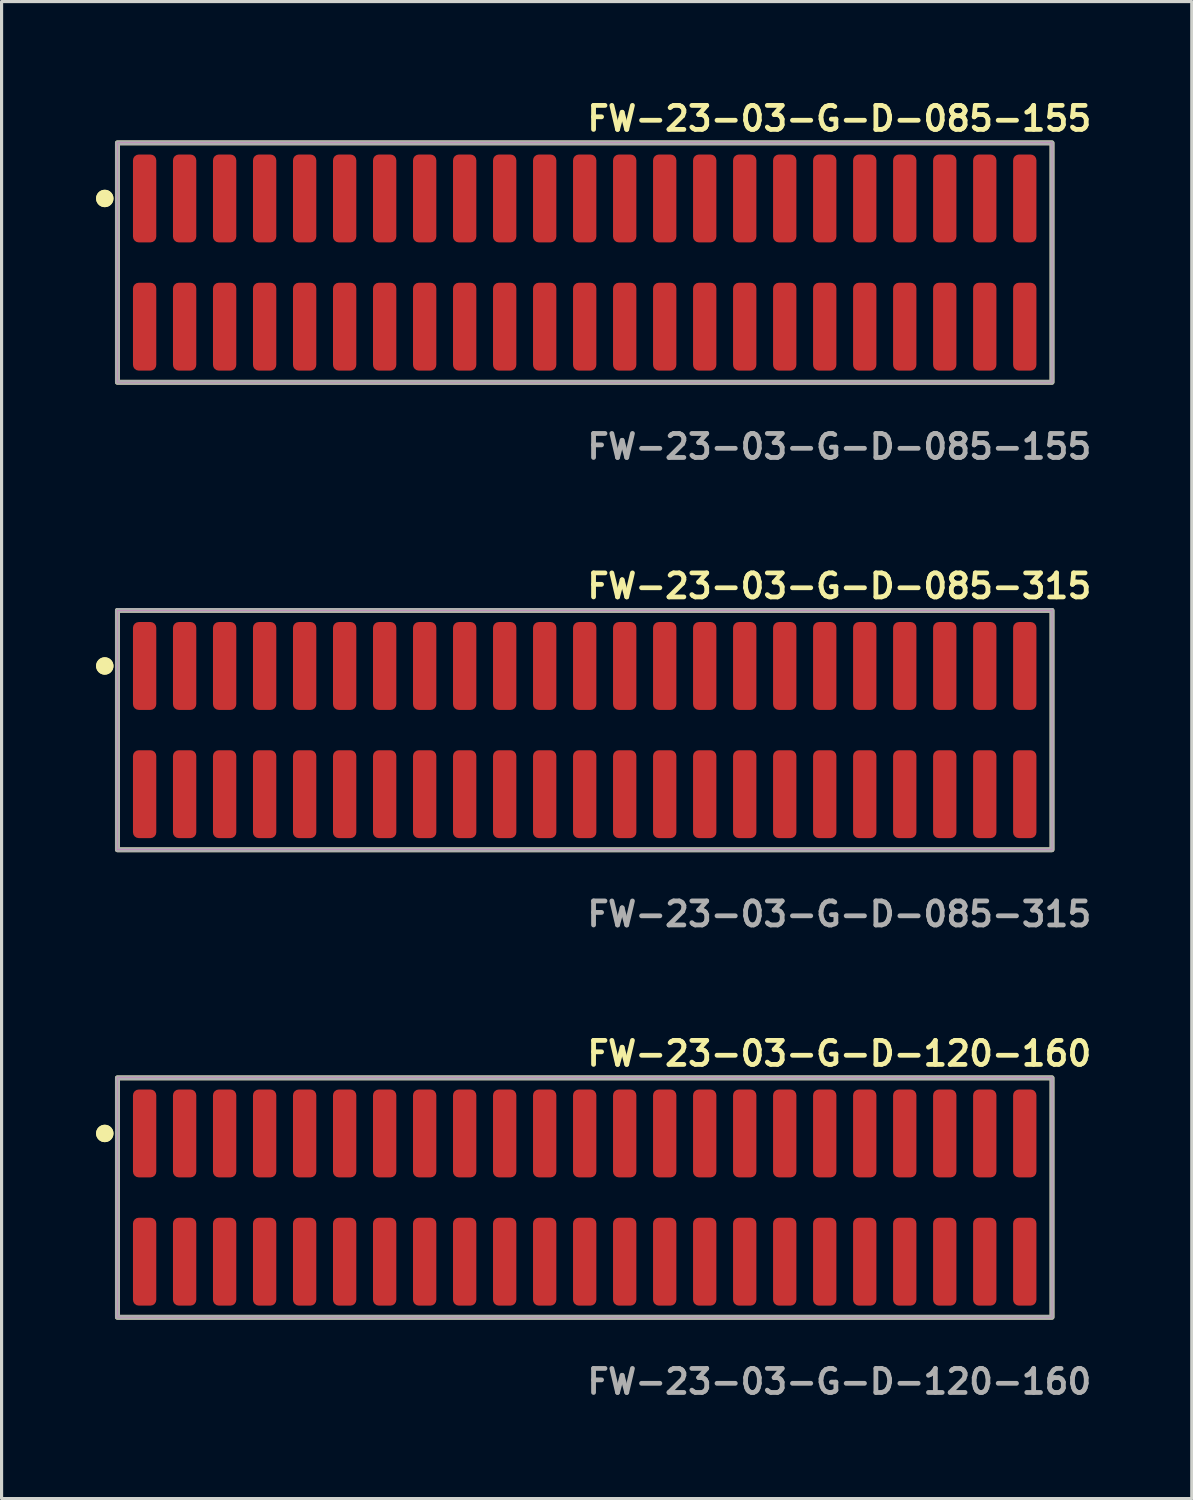
<source format=kicad_pcb>
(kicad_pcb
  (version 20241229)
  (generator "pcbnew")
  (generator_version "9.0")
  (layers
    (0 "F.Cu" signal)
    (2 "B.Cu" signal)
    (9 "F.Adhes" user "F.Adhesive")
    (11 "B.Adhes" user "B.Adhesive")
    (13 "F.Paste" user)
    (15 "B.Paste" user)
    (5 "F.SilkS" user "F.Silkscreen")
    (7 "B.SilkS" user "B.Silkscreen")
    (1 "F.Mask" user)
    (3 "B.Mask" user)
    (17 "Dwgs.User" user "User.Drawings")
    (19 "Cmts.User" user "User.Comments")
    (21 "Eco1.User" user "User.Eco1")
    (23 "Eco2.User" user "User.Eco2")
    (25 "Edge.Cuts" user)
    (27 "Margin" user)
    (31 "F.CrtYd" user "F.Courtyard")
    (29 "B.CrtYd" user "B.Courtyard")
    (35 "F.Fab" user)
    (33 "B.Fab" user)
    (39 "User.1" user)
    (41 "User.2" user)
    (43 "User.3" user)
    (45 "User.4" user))
  (footprint "FW-23-03-G-D-085-315"
    (layer "F.Cu")
    (at 15.511 20.126)
    (property "Reference" "FW-23-03-G-D-085-315" (at 0 -4.572 0) (unlocked yes) (layer "F.SilkS") (effects (font (size 0.762 0.762) (thickness 0.152)) (justify left)))
    (fp_rect (start -14.835 3.8) (end 14.835 -3.8) (stroke (width 0.152) (type solid)) (fill no) (layer "F.SilkS"))
    (fp_circle (center -15.235 -2.035) (end -15.435 -2.035) (stroke (width 0.152) (type solid)) (fill yes) (layer "F.SilkS"))
    (fp_circle (center -15.235 -2.035) (end -15.435 -2.035) (stroke (width 0.152) (type solid)) (fill yes) (layer "F.SilkS"))
    (fp_rect (start -14.835 3.8) (end 14.835 -3.8) (stroke (width 0.006) (type solid)) (fill no) (layer "F.CrtYd"))
    (fp_rect (start -14.835 3.8) (end 14.835 -3.8) (stroke (width 0.152) (type solid)) (fill no) (layer "F.Fab"))
    (fp_text user "${REFERENCE}" (at 0 5.842 0) (unlocked yes) (layer "F.Fab") (effects (font (size 0.762 0.762) (thickness 0.152)) (justify left)))
    (pad "1" smd roundrect (at -13.97 -2.035) (size 0.74 2.79) (layers "F.Cu" "F.Paste") (roundrect_rratio 0.25))
    (pad "2" smd roundrect (at -13.97 2.035) (size 0.74 2.79) (layers "F.Cu" "F.Paste") (roundrect_rratio 0.25))
    (pad "3" smd roundrect (at -12.7 -2.035) (size 0.74 2.79) (layers "F.Cu" "F.Paste") (roundrect_rratio 0.25))
    (pad "4" smd roundrect (at -12.7 2.035) (size 0.74 2.79) (layers "F.Cu" "F.Paste") (roundrect_rratio 0.25))
    (pad "5" smd roundrect (at -11.43 -2.035) (size 0.74 2.79) (layers "F.Cu" "F.Paste") (roundrect_rratio 0.25))
    (pad "6" smd roundrect (at -11.43 2.035) (size 0.74 2.79) (layers "F.Cu" "F.Paste") (roundrect_rratio 0.25))
    (pad "7" smd roundrect (at -10.16 -2.035) (size 0.74 2.79) (layers "F.Cu" "F.Paste") (roundrect_rratio 0.25))
    (pad "8" smd roundrect (at -10.16 2.035) (size 0.74 2.79) (layers "F.Cu" "F.Paste") (roundrect_rratio 0.25))
    (pad "9" smd roundrect (at -8.89 -2.035) (size 0.74 2.79) (layers "F.Cu" "F.Paste") (roundrect_rratio 0.25))
    (pad "10" smd roundrect (at -8.89 2.035) (size 0.74 2.79) (layers "F.Cu" "F.Paste") (roundrect_rratio 0.25))
    (pad "11" smd roundrect (at -7.62 -2.035) (size 0.74 2.79) (layers "F.Cu" "F.Paste") (roundrect_rratio 0.25))
    (pad "12" smd roundrect (at -7.62 2.035) (size 0.74 2.79) (layers "F.Cu" "F.Paste") (roundrect_rratio 0.25))
    (pad "13" smd roundrect (at -6.35 -2.035) (size 0.74 2.79) (layers "F.Cu" "F.Paste") (roundrect_rratio 0.25))
    (pad "14" smd roundrect (at -6.35 2.035) (size 0.74 2.79) (layers "F.Cu" "F.Paste") (roundrect_rratio 0.25))
    (pad "15" smd roundrect (at -5.08 -2.035) (size 0.74 2.79) (layers "F.Cu" "F.Paste") (roundrect_rratio 0.25))
    (pad "16" smd roundrect (at -5.08 2.035) (size 0.74 2.79) (layers "F.Cu" "F.Paste") (roundrect_rratio 0.25))
    (pad "17" smd roundrect (at -3.81 -2.035) (size 0.74 2.79) (layers "F.Cu" "F.Paste") (roundrect_rratio 0.25))
    (pad "18" smd roundrect (at -3.81 2.035) (size 0.74 2.79) (layers "F.Cu" "F.Paste") (roundrect_rratio 0.25))
    (pad "19" smd roundrect (at -2.54 -2.035) (size 0.74 2.79) (layers "F.Cu" "F.Paste") (roundrect_rratio 0.25))
    (pad "20" smd roundrect (at -2.54 2.035) (size 0.74 2.79) (layers "F.Cu" "F.Paste") (roundrect_rratio 0.25))
    (pad "21" smd roundrect (at -1.27 -2.035) (size 0.74 2.79) (layers "F.Cu" "F.Paste") (roundrect_rratio 0.25))
    (pad "22" smd roundrect (at -1.27 2.035) (size 0.74 2.79) (layers "F.Cu" "F.Paste") (roundrect_rratio 0.25))
    (pad "23" smd roundrect (at 0 -2.035) (size 0.74 2.79) (layers "F.Cu" "F.Paste") (roundrect_rratio 0.25))
    (pad "24" smd roundrect (at 0 2.035) (size 0.74 2.79) (layers "F.Cu" "F.Paste") (roundrect_rratio 0.25))
    (pad "25" smd roundrect (at 1.27 -2.035) (size 0.74 2.79) (layers "F.Cu" "F.Paste") (roundrect_rratio 0.25))
    (pad "26" smd roundrect (at 1.27 2.035) (size 0.74 2.79) (layers "F.Cu" "F.Paste") (roundrect_rratio 0.25))
    (pad "27" smd roundrect (at 2.54 -2.035) (size 0.74 2.79) (layers "F.Cu" "F.Paste") (roundrect_rratio 0.25))
    (pad "28" smd roundrect (at 2.54 2.035) (size 0.74 2.79) (layers "F.Cu" "F.Paste") (roundrect_rratio 0.25))
    (pad "29" smd roundrect (at 3.81 -2.035) (size 0.74 2.79) (layers "F.Cu" "F.Paste") (roundrect_rratio 0.25))
    (pad "30" smd roundrect (at 3.81 2.035) (size 0.74 2.79) (layers "F.Cu" "F.Paste") (roundrect_rratio 0.25))
    (pad "31" smd roundrect (at 5.08 -2.035) (size 0.74 2.79) (layers "F.Cu" "F.Paste") (roundrect_rratio 0.25))
    (pad "32" smd roundrect (at 5.08 2.035) (size 0.74 2.79) (layers "F.Cu" "F.Paste") (roundrect_rratio 0.25))
    (pad "33" smd roundrect (at 6.35 -2.035) (size 0.74 2.79) (layers "F.Cu" "F.Paste") (roundrect_rratio 0.25))
    (pad "34" smd roundrect (at 6.35 2.035) (size 0.74 2.79) (layers "F.Cu" "F.Paste") (roundrect_rratio 0.25))
    (pad "35" smd roundrect (at 7.62 -2.035) (size 0.74 2.79) (layers "F.Cu" "F.Paste") (roundrect_rratio 0.25))
    (pad "36" smd roundrect (at 7.62 2.035) (size 0.74 2.79) (layers "F.Cu" "F.Paste") (roundrect_rratio 0.25))
    (pad "37" smd roundrect (at 8.89 -2.035) (size 0.74 2.79) (layers "F.Cu" "F.Paste") (roundrect_rratio 0.25))
    (pad "38" smd roundrect (at 8.89 2.035) (size 0.74 2.79) (layers "F.Cu" "F.Paste") (roundrect_rratio 0.25))
    (pad "39" smd roundrect (at 10.16 -2.035) (size 0.74 2.79) (layers "F.Cu" "F.Paste") (roundrect_rratio 0.25))
    (pad "40" smd roundrect (at 10.16 2.035) (size 0.74 2.79) (layers "F.Cu" "F.Paste") (roundrect_rratio 0.25))
    (pad "41" smd roundrect (at 11.43 -2.035) (size 0.74 2.79) (layers "F.Cu" "F.Paste") (roundrect_rratio 0.25))
    (pad "42" smd roundrect (at 11.43 2.035) (size 0.74 2.79) (layers "F.Cu" "F.Paste") (roundrect_rratio 0.25))
    (pad "43" smd roundrect (at 12.7 -2.035) (size 0.74 2.79) (layers "F.Cu" "F.Paste") (roundrect_rratio 0.25))
    (pad "44" smd roundrect (at 12.7 2.035) (size 0.74 2.79) (layers "F.Cu" "F.Paste") (roundrect_rratio 0.25))
    (pad "45" smd roundrect (at 13.97 -2.035) (size 0.74 2.79) (layers "F.Cu" "F.Paste") (roundrect_rratio 0.25))
    (pad "46" smd roundrect (at 13.97 2.035) (size 0.74 2.79) (layers "F.Cu" "F.Paste") (roundrect_rratio 0.25)))
  (footprint "FW-23-03-G-D-120-160"
    (layer "F.Cu")
    (at 15.511 34.966)
    (property "Reference" "FW-23-03-G-D-120-160" (at 0 -4.572 0) (unlocked yes) (layer "F.SilkS") (effects (font (size 0.762 0.762) (thickness 0.152)) (justify left)))
    (fp_rect (start -14.835 3.8) (end 14.835 -3.8) (stroke (width 0.152) (type solid)) (fill no) (layer "F.SilkS"))
    (fp_circle (center -15.235 -2.035) (end -15.435 -2.035) (stroke (width 0.152) (type solid)) (fill yes) (layer "F.SilkS"))
    (fp_circle (center -15.235 -2.035) (end -15.435 -2.035) (stroke (width 0.152) (type solid)) (fill yes) (layer "F.SilkS"))
    (fp_rect (start -14.835 3.8) (end 14.835 -3.8) (stroke (width 0.006) (type solid)) (fill no) (layer "F.CrtYd"))
    (fp_rect (start -14.835 3.8) (end 14.835 -3.8) (stroke (width 0.152) (type solid)) (fill no) (layer "F.Fab"))
    (fp_text user "${REFERENCE}" (at 0 5.842 0) (unlocked yes) (layer "F.Fab") (effects (font (size 0.762 0.762) (thickness 0.152)) (justify left)))
    (pad "1" smd roundrect (at -13.97 -2.035) (size 0.74 2.79) (layers "F.Cu" "F.Paste") (roundrect_rratio 0.25))
    (pad "2" smd roundrect (at -13.97 2.035) (size 0.74 2.79) (layers "F.Cu" "F.Paste") (roundrect_rratio 0.25))
    (pad "3" smd roundrect (at -12.7 -2.035) (size 0.74 2.79) (layers "F.Cu" "F.Paste") (roundrect_rratio 0.25))
    (pad "4" smd roundrect (at -12.7 2.035) (size 0.74 2.79) (layers "F.Cu" "F.Paste") (roundrect_rratio 0.25))
    (pad "5" smd roundrect (at -11.43 -2.035) (size 0.74 2.79) (layers "F.Cu" "F.Paste") (roundrect_rratio 0.25))
    (pad "6" smd roundrect (at -11.43 2.035) (size 0.74 2.79) (layers "F.Cu" "F.Paste") (roundrect_rratio 0.25))
    (pad "7" smd roundrect (at -10.16 -2.035) (size 0.74 2.79) (layers "F.Cu" "F.Paste") (roundrect_rratio 0.25))
    (pad "8" smd roundrect (at -10.16 2.035) (size 0.74 2.79) (layers "F.Cu" "F.Paste") (roundrect_rratio 0.25))
    (pad "9" smd roundrect (at -8.89 -2.035) (size 0.74 2.79) (layers "F.Cu" "F.Paste") (roundrect_rratio 0.25))
    (pad "10" smd roundrect (at -8.89 2.035) (size 0.74 2.79) (layers "F.Cu" "F.Paste") (roundrect_rratio 0.25))
    (pad "11" smd roundrect (at -7.62 -2.035) (size 0.74 2.79) (layers "F.Cu" "F.Paste") (roundrect_rratio 0.25))
    (pad "12" smd roundrect (at -7.62 2.035) (size 0.74 2.79) (layers "F.Cu" "F.Paste") (roundrect_rratio 0.25))
    (pad "13" smd roundrect (at -6.35 -2.035) (size 0.74 2.79) (layers "F.Cu" "F.Paste") (roundrect_rratio 0.25))
    (pad "14" smd roundrect (at -6.35 2.035) (size 0.74 2.79) (layers "F.Cu" "F.Paste") (roundrect_rratio 0.25))
    (pad "15" smd roundrect (at -5.08 -2.035) (size 0.74 2.79) (layers "F.Cu" "F.Paste") (roundrect_rratio 0.25))
    (pad "16" smd roundrect (at -5.08 2.035) (size 0.74 2.79) (layers "F.Cu" "F.Paste") (roundrect_rratio 0.25))
    (pad "17" smd roundrect (at -3.81 -2.035) (size 0.74 2.79) (layers "F.Cu" "F.Paste") (roundrect_rratio 0.25))
    (pad "18" smd roundrect (at -3.81 2.035) (size 0.74 2.79) (layers "F.Cu" "F.Paste") (roundrect_rratio 0.25))
    (pad "19" smd roundrect (at -2.54 -2.035) (size 0.74 2.79) (layers "F.Cu" "F.Paste") (roundrect_rratio 0.25))
    (pad "20" smd roundrect (at -2.54 2.035) (size 0.74 2.79) (layers "F.Cu" "F.Paste") (roundrect_rratio 0.25))
    (pad "21" smd roundrect (at -1.27 -2.035) (size 0.74 2.79) (layers "F.Cu" "F.Paste") (roundrect_rratio 0.25))
    (pad "22" smd roundrect (at -1.27 2.035) (size 0.74 2.79) (layers "F.Cu" "F.Paste") (roundrect_rratio 0.25))
    (pad "23" smd roundrect (at 0 -2.035) (size 0.74 2.79) (layers "F.Cu" "F.Paste") (roundrect_rratio 0.25))
    (pad "24" smd roundrect (at 0 2.035) (size 0.74 2.79) (layers "F.Cu" "F.Paste") (roundrect_rratio 0.25))
    (pad "25" smd roundrect (at 1.27 -2.035) (size 0.74 2.79) (layers "F.Cu" "F.Paste") (roundrect_rratio 0.25))
    (pad "26" smd roundrect (at 1.27 2.035) (size 0.74 2.79) (layers "F.Cu" "F.Paste") (roundrect_rratio 0.25))
    (pad "27" smd roundrect (at 2.54 -2.035) (size 0.74 2.79) (layers "F.Cu" "F.Paste") (roundrect_rratio 0.25))
    (pad "28" smd roundrect (at 2.54 2.035) (size 0.74 2.79) (layers "F.Cu" "F.Paste") (roundrect_rratio 0.25))
    (pad "29" smd roundrect (at 3.81 -2.035) (size 0.74 2.79) (layers "F.Cu" "F.Paste") (roundrect_rratio 0.25))
    (pad "30" smd roundrect (at 3.81 2.035) (size 0.74 2.79) (layers "F.Cu" "F.Paste") (roundrect_rratio 0.25))
    (pad "31" smd roundrect (at 5.08 -2.035) (size 0.74 2.79) (layers "F.Cu" "F.Paste") (roundrect_rratio 0.25))
    (pad "32" smd roundrect (at 5.08 2.035) (size 0.74 2.79) (layers "F.Cu" "F.Paste") (roundrect_rratio 0.25))
    (pad "33" smd roundrect (at 6.35 -2.035) (size 0.74 2.79) (layers "F.Cu" "F.Paste") (roundrect_rratio 0.25))
    (pad "34" smd roundrect (at 6.35 2.035) (size 0.74 2.79) (layers "F.Cu" "F.Paste") (roundrect_rratio 0.25))
    (pad "35" smd roundrect (at 7.62 -2.035) (size 0.74 2.79) (layers "F.Cu" "F.Paste") (roundrect_rratio 0.25))
    (pad "36" smd roundrect (at 7.62 2.035) (size 0.74 2.79) (layers "F.Cu" "F.Paste") (roundrect_rratio 0.25))
    (pad "37" smd roundrect (at 8.89 -2.035) (size 0.74 2.79) (layers "F.Cu" "F.Paste") (roundrect_rratio 0.25))
    (pad "38" smd roundrect (at 8.89 2.035) (size 0.74 2.79) (layers "F.Cu" "F.Paste") (roundrect_rratio 0.25))
    (pad "39" smd roundrect (at 10.16 -2.035) (size 0.74 2.79) (layers "F.Cu" "F.Paste") (roundrect_rratio 0.25))
    (pad "40" smd roundrect (at 10.16 2.035) (size 0.74 2.79) (layers "F.Cu" "F.Paste") (roundrect_rratio 0.25))
    (pad "41" smd roundrect (at 11.43 -2.035) (size 0.74 2.79) (layers "F.Cu" "F.Paste") (roundrect_rratio 0.25))
    (pad "42" smd roundrect (at 11.43 2.035) (size 0.74 2.79) (layers "F.Cu" "F.Paste") (roundrect_rratio 0.25))
    (pad "43" smd roundrect (at 12.7 -2.035) (size 0.74 2.79) (layers "F.Cu" "F.Paste") (roundrect_rratio 0.25))
    (pad "44" smd roundrect (at 12.7 2.035) (size 0.74 2.79) (layers "F.Cu" "F.Paste") (roundrect_rratio 0.25))
    (pad "45" smd roundrect (at 13.97 -2.035) (size 0.74 2.79) (layers "F.Cu" "F.Paste") (roundrect_rratio 0.25))
    (pad "46" smd roundrect (at 13.97 2.035) (size 0.74 2.79) (layers "F.Cu" "F.Paste") (roundrect_rratio 0.25)))
  (footprint "FW-23-03-G-D-085-155"
    (layer "F.Cu")
    (at 15.511 5.285)
    (property "Reference" "FW-23-03-G-D-085-155" (at 0 -4.572 0) (unlocked yes) (layer "F.SilkS") (effects (font (size 0.762 0.762) (thickness 0.152)) (justify left)))
    (fp_rect (start -14.835 3.8) (end 14.835 -3.8) (stroke (width 0.152) (type solid)) (fill no) (layer "F.SilkS"))
    (fp_circle (center -15.235 -2.035) (end -15.435 -2.035) (stroke (width 0.152) (type solid)) (fill yes) (layer "F.SilkS"))
    (fp_circle (center -15.235 -2.035) (end -15.435 -2.035) (stroke (width 0.152) (type solid)) (fill yes) (layer "F.SilkS"))
    (fp_rect (start -14.835 3.8) (end 14.835 -3.8) (stroke (width 0.006) (type solid)) (fill no) (layer "F.CrtYd"))
    (fp_rect (start -14.835 3.8) (end 14.835 -3.8) (stroke (width 0.152) (type solid)) (fill no) (layer "F.Fab"))
    (fp_text user "${REFERENCE}" (at 0 5.842 0) (unlocked yes) (layer "F.Fab") (effects (font (size 0.762 0.762) (thickness 0.152)) (justify left)))
    (pad "1" smd roundrect (at -13.97 -2.035) (size 0.74 2.79) (layers "F.Cu" "F.Paste") (roundrect_rratio 0.25))
    (pad "2" smd roundrect (at -13.97 2.035) (size 0.74 2.79) (layers "F.Cu" "F.Paste") (roundrect_rratio 0.25))
    (pad "3" smd roundrect (at -12.7 -2.035) (size 0.74 2.79) (layers "F.Cu" "F.Paste") (roundrect_rratio 0.25))
    (pad "4" smd roundrect (at -12.7 2.035) (size 0.74 2.79) (layers "F.Cu" "F.Paste") (roundrect_rratio 0.25))
    (pad "5" smd roundrect (at -11.43 -2.035) (size 0.74 2.79) (layers "F.Cu" "F.Paste") (roundrect_rratio 0.25))
    (pad "6" smd roundrect (at -11.43 2.035) (size 0.74 2.79) (layers "F.Cu" "F.Paste") (roundrect_rratio 0.25))
    (pad "7" smd roundrect (at -10.16 -2.035) (size 0.74 2.79) (layers "F.Cu" "F.Paste") (roundrect_rratio 0.25))
    (pad "8" smd roundrect (at -10.16 2.035) (size 0.74 2.79) (layers "F.Cu" "F.Paste") (roundrect_rratio 0.25))
    (pad "9" smd roundrect (at -8.89 -2.035) (size 0.74 2.79) (layers "F.Cu" "F.Paste") (roundrect_rratio 0.25))
    (pad "10" smd roundrect (at -8.89 2.035) (size 0.74 2.79) (layers "F.Cu" "F.Paste") (roundrect_rratio 0.25))
    (pad "11" smd roundrect (at -7.62 -2.035) (size 0.74 2.79) (layers "F.Cu" "F.Paste") (roundrect_rratio 0.25))
    (pad "12" smd roundrect (at -7.62 2.035) (size 0.74 2.79) (layers "F.Cu" "F.Paste") (roundrect_rratio 0.25))
    (pad "13" smd roundrect (at -6.35 -2.035) (size 0.74 2.79) (layers "F.Cu" "F.Paste") (roundrect_rratio 0.25))
    (pad "14" smd roundrect (at -6.35 2.035) (size 0.74 2.79) (layers "F.Cu" "F.Paste") (roundrect_rratio 0.25))
    (pad "15" smd roundrect (at -5.08 -2.035) (size 0.74 2.79) (layers "F.Cu" "F.Paste") (roundrect_rratio 0.25))
    (pad "16" smd roundrect (at -5.08 2.035) (size 0.74 2.79) (layers "F.Cu" "F.Paste") (roundrect_rratio 0.25))
    (pad "17" smd roundrect (at -3.81 -2.035) (size 0.74 2.79) (layers "F.Cu" "F.Paste") (roundrect_rratio 0.25))
    (pad "18" smd roundrect (at -3.81 2.035) (size 0.74 2.79) (layers "F.Cu" "F.Paste") (roundrect_rratio 0.25))
    (pad "19" smd roundrect (at -2.54 -2.035) (size 0.74 2.79) (layers "F.Cu" "F.Paste") (roundrect_rratio 0.25))
    (pad "20" smd roundrect (at -2.54 2.035) (size 0.74 2.79) (layers "F.Cu" "F.Paste") (roundrect_rratio 0.25))
    (pad "21" smd roundrect (at -1.27 -2.035) (size 0.74 2.79) (layers "F.Cu" "F.Paste") (roundrect_rratio 0.25))
    (pad "22" smd roundrect (at -1.27 2.035) (size 0.74 2.79) (layers "F.Cu" "F.Paste") (roundrect_rratio 0.25))
    (pad "23" smd roundrect (at 0 -2.035) (size 0.74 2.79) (layers "F.Cu" "F.Paste") (roundrect_rratio 0.25))
    (pad "24" smd roundrect (at 0 2.035) (size 0.74 2.79) (layers "F.Cu" "F.Paste") (roundrect_rratio 0.25))
    (pad "25" smd roundrect (at 1.27 -2.035) (size 0.74 2.79) (layers "F.Cu" "F.Paste") (roundrect_rratio 0.25))
    (pad "26" smd roundrect (at 1.27 2.035) (size 0.74 2.79) (layers "F.Cu" "F.Paste") (roundrect_rratio 0.25))
    (pad "27" smd roundrect (at 2.54 -2.035) (size 0.74 2.79) (layers "F.Cu" "F.Paste") (roundrect_rratio 0.25))
    (pad "28" smd roundrect (at 2.54 2.035) (size 0.74 2.79) (layers "F.Cu" "F.Paste") (roundrect_rratio 0.25))
    (pad "29" smd roundrect (at 3.81 -2.035) (size 0.74 2.79) (layers "F.Cu" "F.Paste") (roundrect_rratio 0.25))
    (pad "30" smd roundrect (at 3.81 2.035) (size 0.74 2.79) (layers "F.Cu" "F.Paste") (roundrect_rratio 0.25))
    (pad "31" smd roundrect (at 5.08 -2.035) (size 0.74 2.79) (layers "F.Cu" "F.Paste") (roundrect_rratio 0.25))
    (pad "32" smd roundrect (at 5.08 2.035) (size 0.74 2.79) (layers "F.Cu" "F.Paste") (roundrect_rratio 0.25))
    (pad "33" smd roundrect (at 6.35 -2.035) (size 0.74 2.79) (layers "F.Cu" "F.Paste") (roundrect_rratio 0.25))
    (pad "34" smd roundrect (at 6.35 2.035) (size 0.74 2.79) (layers "F.Cu" "F.Paste") (roundrect_rratio 0.25))
    (pad "35" smd roundrect (at 7.62 -2.035) (size 0.74 2.79) (layers "F.Cu" "F.Paste") (roundrect_rratio 0.25))
    (pad "36" smd roundrect (at 7.62 2.035) (size 0.74 2.79) (layers "F.Cu" "F.Paste") (roundrect_rratio 0.25))
    (pad "37" smd roundrect (at 8.89 -2.035) (size 0.74 2.79) (layers "F.Cu" "F.Paste") (roundrect_rratio 0.25))
    (pad "38" smd roundrect (at 8.89 2.035) (size 0.74 2.79) (layers "F.Cu" "F.Paste") (roundrect_rratio 0.25))
    (pad "39" smd roundrect (at 10.16 -2.035) (size 0.74 2.79) (layers "F.Cu" "F.Paste") (roundrect_rratio 0.25))
    (pad "40" smd roundrect (at 10.16 2.035) (size 0.74 2.79) (layers "F.Cu" "F.Paste") (roundrect_rratio 0.25))
    (pad "41" smd roundrect (at 11.43 -2.035) (size 0.74 2.79) (layers "F.Cu" "F.Paste") (roundrect_rratio 0.25))
    (pad "42" smd roundrect (at 11.43 2.035) (size 0.74 2.79) (layers "F.Cu" "F.Paste") (roundrect_rratio 0.25))
    (pad "43" smd roundrect (at 12.7 -2.035) (size 0.74 2.79) (layers "F.Cu" "F.Paste") (roundrect_rratio 0.25))
    (pad "44" smd roundrect (at 12.7 2.035) (size 0.74 2.79) (layers "F.Cu" "F.Paste") (roundrect_rratio 0.25))
    (pad "45" smd roundrect (at 13.97 -2.035) (size 0.74 2.79) (layers "F.Cu" "F.Paste") (roundrect_rratio 0.25))
    (pad "46" smd roundrect (at 13.97 2.035) (size 0.74 2.79) (layers "F.Cu" "F.Paste") (roundrect_rratio 0.25)))
  (gr_rect
    (start -3 -3)
    (end 34.782 44.521)
    (stroke (width 0.1) (type default))
    (fill no)
    (layer "Edge.Cuts")))
</source>
